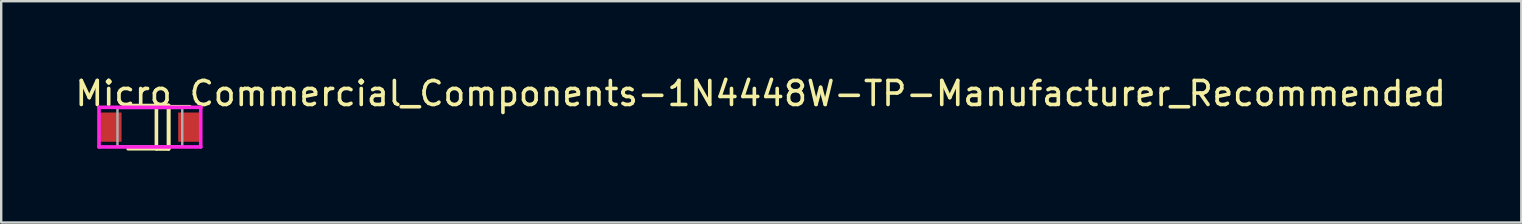
<source format=kicad_pcb>
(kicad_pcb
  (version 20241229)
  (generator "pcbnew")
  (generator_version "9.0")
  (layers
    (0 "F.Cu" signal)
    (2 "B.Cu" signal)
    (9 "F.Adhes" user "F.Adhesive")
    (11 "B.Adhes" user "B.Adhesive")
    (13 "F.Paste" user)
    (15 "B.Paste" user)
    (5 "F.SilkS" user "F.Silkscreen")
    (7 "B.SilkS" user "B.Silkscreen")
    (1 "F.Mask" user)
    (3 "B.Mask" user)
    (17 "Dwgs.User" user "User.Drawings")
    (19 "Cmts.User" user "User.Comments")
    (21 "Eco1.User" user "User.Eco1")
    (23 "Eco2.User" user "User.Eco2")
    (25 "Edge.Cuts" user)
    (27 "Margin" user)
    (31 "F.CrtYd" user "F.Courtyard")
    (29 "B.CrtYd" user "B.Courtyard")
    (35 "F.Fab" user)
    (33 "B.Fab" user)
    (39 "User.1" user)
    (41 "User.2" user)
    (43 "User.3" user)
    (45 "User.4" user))
  (footprint "Micro_Commercial_Components-1N4448W-TP-Manufacturer_Recommended"
    (layer "F.Cu")
    (at 3.195 2.248)
    (property "Reference" "Micro_Commercial_Components-1N4448W-TP-Manufacturer_Recommended" (at -3.195 -1.4 0) (layer "F.SilkS") (effects (font (size 1 1) (thickness 0.15)) (justify left)))
    (attr through_hole)
    (fp_line (start -0.906 -0.9) (end 0.781 -0.9) (stroke (width 0.15) (type solid)) (layer "F.SilkS"))
    (fp_line (start -0.906 0.9) (end 0.781 0.9) (stroke (width 0.15) (type solid)) (layer "F.SilkS"))
    (fp_line (start 0.273 -0.9) (end 0.781 -0.9) (stroke (width 0.15) (type solid)) (layer "F.SilkS"))
    (fp_line (start 0.273 0.9) (end 0.273 -0.9) (stroke (width 0.15) (type solid)) (layer "F.SilkS"))
    (fp_line (start 0.781 0.9) (end 0.781 -0.9) (stroke (width 0.15) (type solid)) (layer "F.SilkS"))
    (fp_line (start 0.781 -0.9) (end 0.781 0.9) (stroke (width 0.15) (type solid)) (layer "F.SilkS"))
    (fp_line (start 0.781 0.9) (end 0.273 0.9) (stroke (width 0.15) (type solid)) (layer "F.SilkS"))
    (fp_line (start -2.12 -0.825) (end -2.12 0.825) (stroke (width 0.15) (type solid)) (layer "F.CrtYd"))
    (fp_line (start -2.12 0.825) (end 2.12 0.825) (stroke (width 0.15) (type solid)) (layer "F.CrtYd"))
    (fp_line (start 2.12 -0.825) (end -2.12 -0.825) (stroke (width 0.15) (type solid)) (layer "F.CrtYd"))
    (fp_line (start 2.12 -0.825) (end 2.12 -0.825) (stroke (width 0.15) (type solid)) (layer "F.CrtYd"))
    (fp_line (start 2.12 0.825) (end 2.12 -0.825) (stroke (width 0.15) (type solid)) (layer "F.CrtYd"))
    (fp_line (start -1.35 -0.8) (end 1.35 -0.8) (stroke (width 0.1) (type solid)) (layer "F.Fab"))
    (fp_line (start -1.35 0.8) (end -1.35 -0.8) (stroke (width 0.1) (type solid)) (layer "F.Fab"))
    (fp_line (start -1.35 0.8) (end 1.35 0.8) (stroke (width 0.1) (type solid)) (layer "F.Fab"))
    (fp_line (start 1.35 0.8) (end 1.35 -0.8) (stroke (width 0.1) (type solid)) (layer "F.Fab"))
    (pad "1" smd rect (at -1.638 -0.000001 180) (size 0.914 1.219) (layers "F.Cu" "F.Mask" "F.Paste"))
    (pad "2" smd rect (at 1.638 -0.000001 180) (size 0.914 1.219) (layers "F.Cu" "F.Mask" "F.Paste")))
  (gr_rect
    (start -3 -3)
    (end 60.345 6.223)
    (stroke (width 0.1) (type default))
    (fill no)
    (layer "Edge.Cuts")))
</source>
